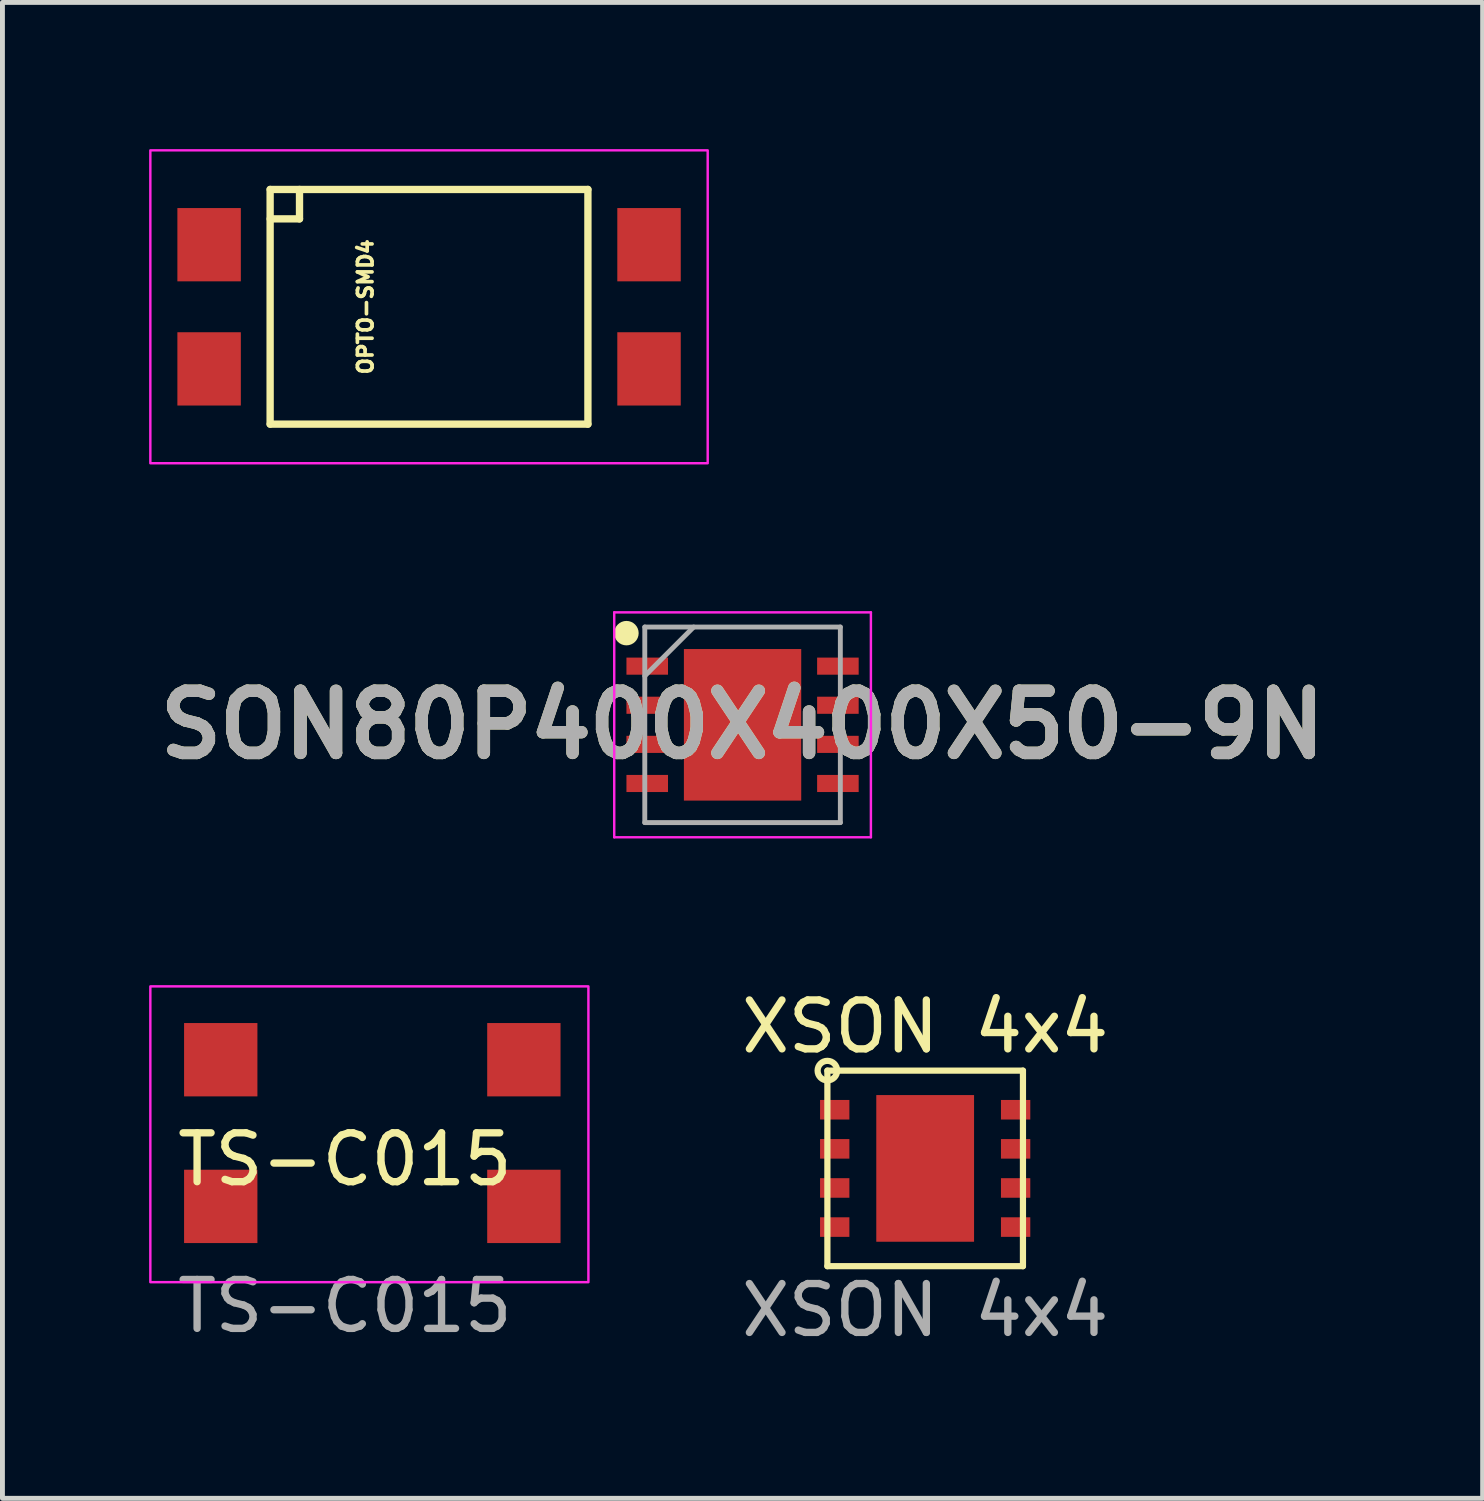
<source format=kicad_pcb>
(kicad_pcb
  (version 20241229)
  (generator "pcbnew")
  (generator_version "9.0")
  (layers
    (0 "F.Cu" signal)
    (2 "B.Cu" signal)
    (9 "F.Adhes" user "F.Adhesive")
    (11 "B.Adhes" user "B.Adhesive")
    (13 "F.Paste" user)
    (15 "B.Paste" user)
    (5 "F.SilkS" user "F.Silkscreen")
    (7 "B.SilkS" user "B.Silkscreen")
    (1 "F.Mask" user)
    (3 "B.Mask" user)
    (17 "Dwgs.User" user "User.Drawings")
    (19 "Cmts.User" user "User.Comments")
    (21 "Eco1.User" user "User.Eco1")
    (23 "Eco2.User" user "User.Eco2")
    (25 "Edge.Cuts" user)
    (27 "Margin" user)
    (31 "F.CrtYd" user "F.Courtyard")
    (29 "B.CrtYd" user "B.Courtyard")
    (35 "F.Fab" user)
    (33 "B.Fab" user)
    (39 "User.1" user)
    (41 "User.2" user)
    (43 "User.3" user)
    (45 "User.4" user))
  (footprint "SON80P400X400X50-9N"
    (layer "F.Cu")
    (at 12.138 11.775)
    (property "Reference" "SON80P400X400X50-9N" (at 0 0 0) (layer "F.SilkS") (effects (font (size 1.27 1.27) (thickness 0.254))))
    (attr smd)
    (fp_circle (center -2.375 -1.875) (end -2.375 -1.75) (stroke (width 0.25) (type solid)) (fill no) (layer "F.SilkS"))
    (fp_line (start -2.625 -2.3) (end 2.625 -2.3) (stroke (width 0.05) (type solid)) (layer "F.CrtYd"))
    (fp_line (start -2.625 2.3) (end -2.625 -2.3) (stroke (width 0.05) (type solid)) (layer "F.CrtYd"))
    (fp_line (start 2.625 -2.3) (end 2.625 2.3) (stroke (width 0.05) (type solid)) (layer "F.CrtYd"))
    (fp_line (start 2.625 2.3) (end -2.625 2.3) (stroke (width 0.05) (type solid)) (layer "F.CrtYd"))
    (fp_line (start -2 -2) (end 2 -2) (stroke (width 0.1) (type solid)) (layer "F.Fab"))
    (fp_line (start -2 -1) (end -1 -2) (stroke (width 0.1) (type solid)) (layer "F.Fab"))
    (fp_line (start -2 2) (end -2 -2) (stroke (width 0.1) (type solid)) (layer "F.Fab"))
    (fp_line (start 2 -2) (end 2 2) (stroke (width 0.1) (type solid)) (layer "F.Fab"))
    (fp_line (start 2 2) (end -2 2) (stroke (width 0.1) (type solid)) (layer "F.Fab"))
    (fp_text user "${REFERENCE}" (at 0 0 0) (layer "F.Fab") (effects (font (size 1.27 1.27) (thickness 0.254))))
    (pad "1" smd rect (at -1.95 -1.2 90) (size 0.35 0.85) (layers "F.Cu" "F.Mask" "F.Paste"))
    (pad "2" smd rect (at -1.95 -0.4 90) (size 0.35 0.85) (layers "F.Cu" "F.Mask" "F.Paste"))
    (pad "3" smd rect (at -1.95 0.4 90) (size 0.35 0.85) (layers "F.Cu" "F.Mask" "F.Paste"))
    (pad "4" smd rect (at -1.95 1.2 90) (size 0.35 0.85) (layers "F.Cu" "F.Mask" "F.Paste"))
    (pad "5" smd rect (at 1.95 1.2 90) (size 0.35 0.85) (layers "F.Cu" "F.Mask" "F.Paste"))
    (pad "6" smd rect (at 1.95 0.4 90) (size 0.35 0.85) (layers "F.Cu" "F.Mask" "F.Paste"))
    (pad "7" smd rect (at 1.95 -0.4 90) (size 0.35 0.85) (layers "F.Cu" "F.Mask" "F.Paste"))
    (pad "8" smd rect (at 1.95 -1.2 90) (size 0.35 0.85) (layers "F.Cu" "F.Mask" "F.Paste"))
    (pad "9" smd rect (at 0 0) (size 2.4 3.1) (layers "F.Cu" "F.Mask" "F.Paste")))
  (footprint "OPTO-SMD4"
    (layer "F.Cu")
    (at 5.725 3.225)
    (property "Reference" "OPTO-SMD4" (at -1.3 0 270) (layer "F.SilkS") (effects (font (size 0.3 0.3) (thickness 0.075))))
    (attr through_hole)
    (fp_line (start -3.25 -2.4) (end -3.25 2.4) (stroke (width 0.15) (type solid)) (layer "F.SilkS"))
    (fp_line (start -2.649 -2.4) (end -2.649 -1.798) (stroke (width 0.15) (type solid)) (layer "F.SilkS"))
    (fp_line (start -2.649 -1.798) (end -3.249 -1.798) (stroke (width 0.15) (type solid)) (layer "F.SilkS"))
    (fp_line (start 3.249 -2.4) (end -3.249 -2.4) (stroke (width 0.15) (type solid)) (layer "F.SilkS"))
    (fp_line (start 3.249 2.4) (end -3.249 2.4) (stroke (width 0.15) (type solid)) (layer "F.SilkS"))
    (fp_line (start 3.25 -2.4) (end 3.25 2.4) (stroke (width 0.15) (type solid)) (layer "F.SilkS"))
    (fp_rect (start 5.7 -3.2) (end -5.7 3.2) (stroke (width 0.05) (type solid)) (fill no) (layer "F.CrtYd"))
    (pad "1" smd rect (at -4.498 -1.27 90) (size 1.499 1.298) (layers "F.Cu" "F.Mask" "F.Paste"))
    (pad "2" smd rect (at -4.498 1.27 90) (size 1.499 1.298) (layers "F.Cu" "F.Mask" "F.Paste"))
    (pad "3" smd rect (at 4.5 1.27 270) (size 1.499 1.298) (layers "F.Cu" "F.Mask" "F.Paste"))
    (pad "4" smd rect (at 4.5 -1.27 270) (size 1.499 1.298) (layers "F.Cu" "F.Mask" "F.Paste")))
  (footprint "XSON 4x4"
    (layer "F.Cu")
    (at 15.873 20.848)
    (property "Reference" "XSON 4x4" (at 0 -2.9 0) (unlocked yes) (layer "F.SilkS") (effects (font (size 1 1) (thickness 0.15))))
    (attr smd)
    (fp_line (start -2 -2) (end 2 -2) (stroke (width 0.127) (type solid)) (layer "F.SilkS"))
    (fp_line (start -2 2) (end -2 -2) (stroke (width 0.127) (type solid)) (layer "F.SilkS"))
    (fp_line (start 2 -2) (end 2 2) (stroke (width 0.127) (type solid)) (layer "F.SilkS"))
    (fp_line (start 2 2) (end -2 2) (stroke (width 0.127) (type solid)) (layer "F.SilkS"))
    (fp_circle (center -2 -2) (end -1.8 -2) (stroke (width 0.127) (type solid)) (fill no) (layer "F.SilkS"))
    (fp_poly (pts (xy -0.8 -0.3) (xy -0.2 -0.3) (xy -0.2 -1.3) (xy -0.8 -1.3)) (stroke (width 0) (type solid)) (fill yes) (layer "F.Paste"))
    (fp_poly (pts (xy -0.8 1.3) (xy -0.2 1.3) (xy -0.2 0.3) (xy -0.8 0.3)) (stroke (width 0) (type solid)) (fill yes) (layer "F.Paste"))
    (fp_poly (pts (xy 0.2 -0.3) (xy 0.8 -0.3) (xy 0.8 -1.3) (xy 0.2 -1.3)) (stroke (width 0) (type solid)) (fill yes) (layer "F.Paste"))
    (fp_poly (pts (xy 0.2 1.3) (xy 0.8 1.3) (xy 0.8 0.3) (xy 0.2 0.3)) (stroke (width 0) (type solid)) (fill yes) (layer "F.Paste"))
    (fp_text user "${REFERENCE}" (at 0 2.9 0) (unlocked yes) (layer "F.Fab") (effects (font (size 1 1) (thickness 0.15))))
    (pad "1" smd rect (at -1.85 -1.2 90) (size 0.4 0.6) (layers "F.Cu" "F.Mask" "F.Paste"))
    (pad "2" smd rect (at -1.85 -0.4 90) (size 0.4 0.6) (layers "F.Cu" "F.Mask" "F.Paste"))
    (pad "3" smd rect (at -1.85 0.4 90) (size 0.4 0.6) (layers "F.Cu" "F.Mask" "F.Paste"))
    (pad "4" smd rect (at -1.85 1.2 90) (size 0.4 0.6) (layers "F.Cu" "F.Mask" "F.Paste"))
    (pad "5" smd rect (at 1.85 1.2 90) (size 0.4 0.6) (layers "F.Cu" "F.Mask" "F.Paste"))
    (pad "6" smd rect (at 1.85 0.4 90) (size 0.4 0.6) (layers "F.Cu" "F.Mask" "F.Paste"))
    (pad "7" smd rect (at 1.85 -0.4 90) (size 0.4 0.6) (layers "F.Cu" "F.Mask" "F.Paste"))
    (pad "8" smd rect (at 1.85 -1.2 90) (size 0.4 0.6) (layers "F.Cu" "F.Mask" "F.Paste"))
    (pad "PAD" smd rect (at 0 0) (size 2 3) (layers "F.Cu" "F.Mask")))
  (footprint "TS-C015"
    (layer "F.Cu")
    (at 4.57 20.13)
    (property "Reference" "TS-C015" (at -0.565 0.535 0) (unlocked yes) (layer "F.SilkS") (effects (font (size 1 1) (thickness 0.15))))
    (attr smd)
    (fp_rect (start -4.545 -3.005) (end 4.415 3.045) (stroke (width 0.05) (type solid)) (fill no) (layer "F.CrtYd"))
    (fp_text user "${REFERENCE}" (at -0.565 3.535 0) (unlocked yes) (layer "F.Fab") (effects (font (size 1 1) (thickness 0.15))))
    (pad "1" smd rect (at -3.105 -1.505) (size 1.5 1.5) (layers "F.Cu" "F.Mask" "F.Paste"))
    (pad "2" smd rect (at 3.095 -1.505) (size 1.5 1.5) (layers "F.Cu" "F.Mask" "F.Paste"))
    (pad "3" smd rect (at -3.105 1.495) (size 1.5 1.5) (layers "F.Cu" "F.Mask" "F.Paste"))
    (pad "4" smd rect (at 3.095 1.495) (size 1.5 1.5) (layers "F.Cu" "F.Mask" "F.Paste")))
  (gr_rect
    (start -3 -3)
    (end 27.275 27.596)
    (stroke (width 0.1) (type default))
    (fill no)
    (layer "Edge.Cuts")))
</source>
